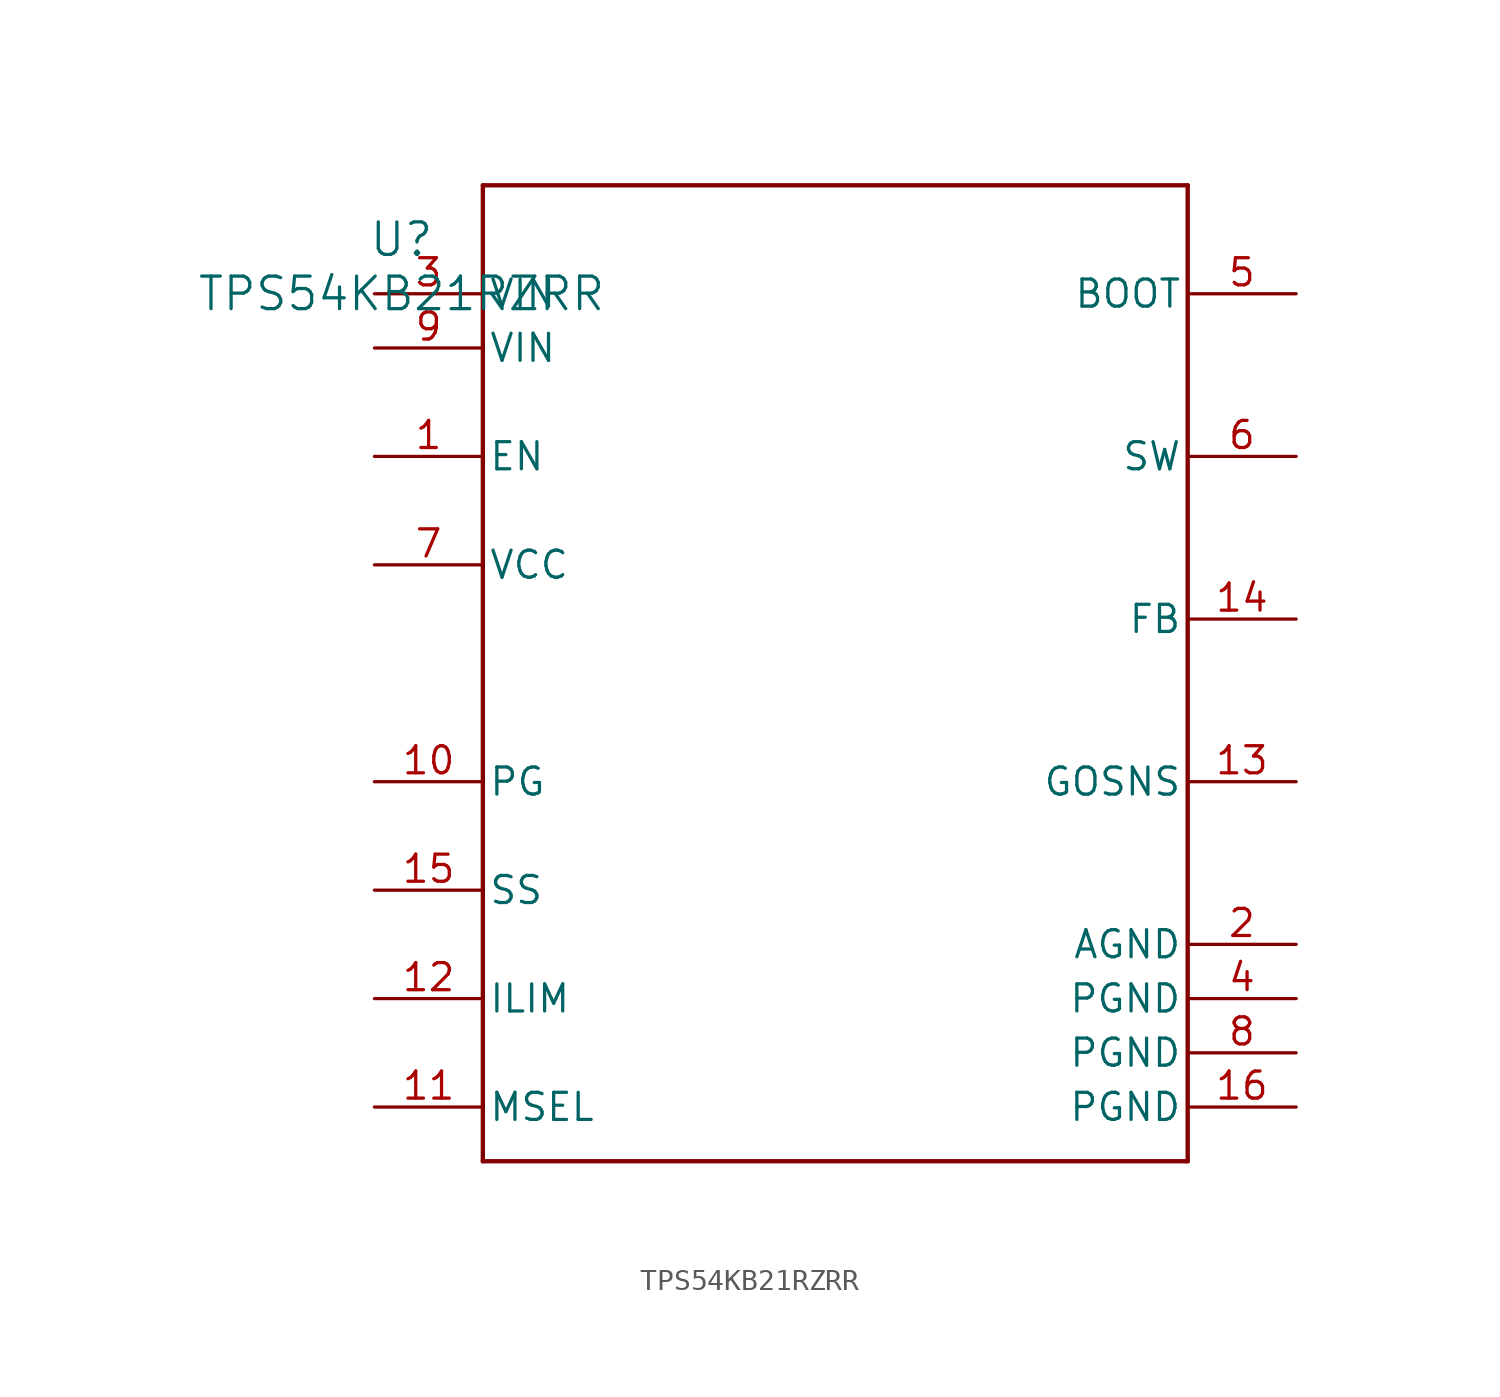
<source format=kicad_sym>
(kicad_symbol_lib
  (version 20211014)
  (generator kicad_symbol_editor)
  (symbol "TPS54KB21RZRR"
    (pin_names
      (offset 0.254))
    (property "Reference" "U"
      (at 0 2.54 0)
      (effects (font (size 1.524 1.524))))
    (property "Value" "TPS54KB21RZRR"
      (at 0 0 0)
      (effects (font (size 1.524 1.524))))
    (symbol "TPS54KB21RZRR_0_1"
      (polyline (pts (xy 3.81 -40.64) (xy 36.83 -40.64)) (stroke (width 0.203) (type default) (color 0 0 0 0)) (fill (type none)))
      (polyline (pts (xy 36.83 -40.64) (xy 36.83 5.08)) (stroke (width 0.203) (type default) (color 0 0 0 0)) (fill (type none)))
      (polyline (pts (xy 36.83 5.08) (xy 3.81 5.08)) (stroke (width 0.203) (type default) (color 0 0 0 0)) (fill (type none)))
      (polyline (pts (xy 3.81 5.08) (xy 3.81 -40.64)) (stroke (width 0.203) (type default) (color 0 0 0 0)) (fill (type none)))
      (pin input line (at -1.27 -7.62 0) (length 5.08) (name "EN" (effects (font (size 1.27 1.27)))) (number "1" (effects (font (size 1.27 1.27)))))
      (pin power_in line (at 41.91 -30.48 180) (length 5.08) (name "AGND" (effects (font (size 1.27 1.27)))) (number "2" (effects (font (size 1.27 1.27)))))
      (pin power_in line (at -1.27 0 0) (length 5.08) (name "VIN" (effects (font (size 1.27 1.27)))) (number "3" (effects (font (size 1.27 1.27)))))
      (pin power_in line (at 41.91 -33.02 180) (length 5.08) (name "PGND" (effects (font (size 1.27 1.27)))) (number "4" (effects (font (size 1.27 1.27)))))
      (pin unspecified line (at 41.91 0 180) (length 5.08) (name "BOOT" (effects (font (size 1.27 1.27)))) (number "5" (effects (font (size 1.27 1.27)))))
      (pin unspecified line (at 41.91 -7.62 180) (length 5.08) (name "SW" (effects (font (size 1.27 1.27)))) (number "6" (effects (font (size 1.27 1.27)))))
      (pin unspecified line (at -1.27 -12.7 0) (length 5.08) (name "VCC" (effects (font (size 1.27 1.27)))) (number "7" (effects (font (size 1.27 1.27)))))
      (pin power_in line (at 41.91 -35.56 180) (length 5.08) (name "PGND" (effects (font (size 1.27 1.27)))) (number "8" (effects (font (size 1.27 1.27)))))
      (pin power_in line (at -1.27 -2.54 0) (length 5.08) (name "VIN" (effects (font (size 1.27 1.27)))) (number "9" (effects (font (size 1.27 1.27)))))
      (pin power_in line (at -1.27 -22.86 0) (length 5.08) (name "PG" (effects (font (size 1.27 1.27)))) (number "10" (effects (font (size 1.27 1.27)))))
      (pin open_collector line (at -1.27 -38.1 0) (length 5.08) (name "MSEL" (effects (font (size 1.27 1.27)))) (number "11" (effects (font (size 1.27 1.27)))))
      (pin unspecified line (at -1.27 -33.02 0) (length 5.08) (name "ILIM" (effects (font (size 1.27 1.27)))) (number "12" (effects (font (size 1.27 1.27)))))
      (pin unspecified line (at 41.91 -22.86 180) (length 5.08) (name "GOSNS" (effects (font (size 1.27 1.27)))) (number "13" (effects (font (size 1.27 1.27)))))
      (pin unspecified line (at 41.91 -15.24 180) (length 5.08) (name "FB" (effects (font (size 1.27 1.27)))) (number "14" (effects (font (size 1.27 1.27)))))
      (pin unspecified line (at -1.27 -27.94 0) (length 5.08) (name "SS" (effects (font (size 1.27 1.27)))) (number "15" (effects (font (size 1.27 1.27)))))
      (pin power_in line (at 41.91 -38.1 180) (length 5.08) (name "PGND" (effects (font (size 1.27 1.27)))) (number "16" (effects (font (size 1.27 1.27))))))))
</source>
